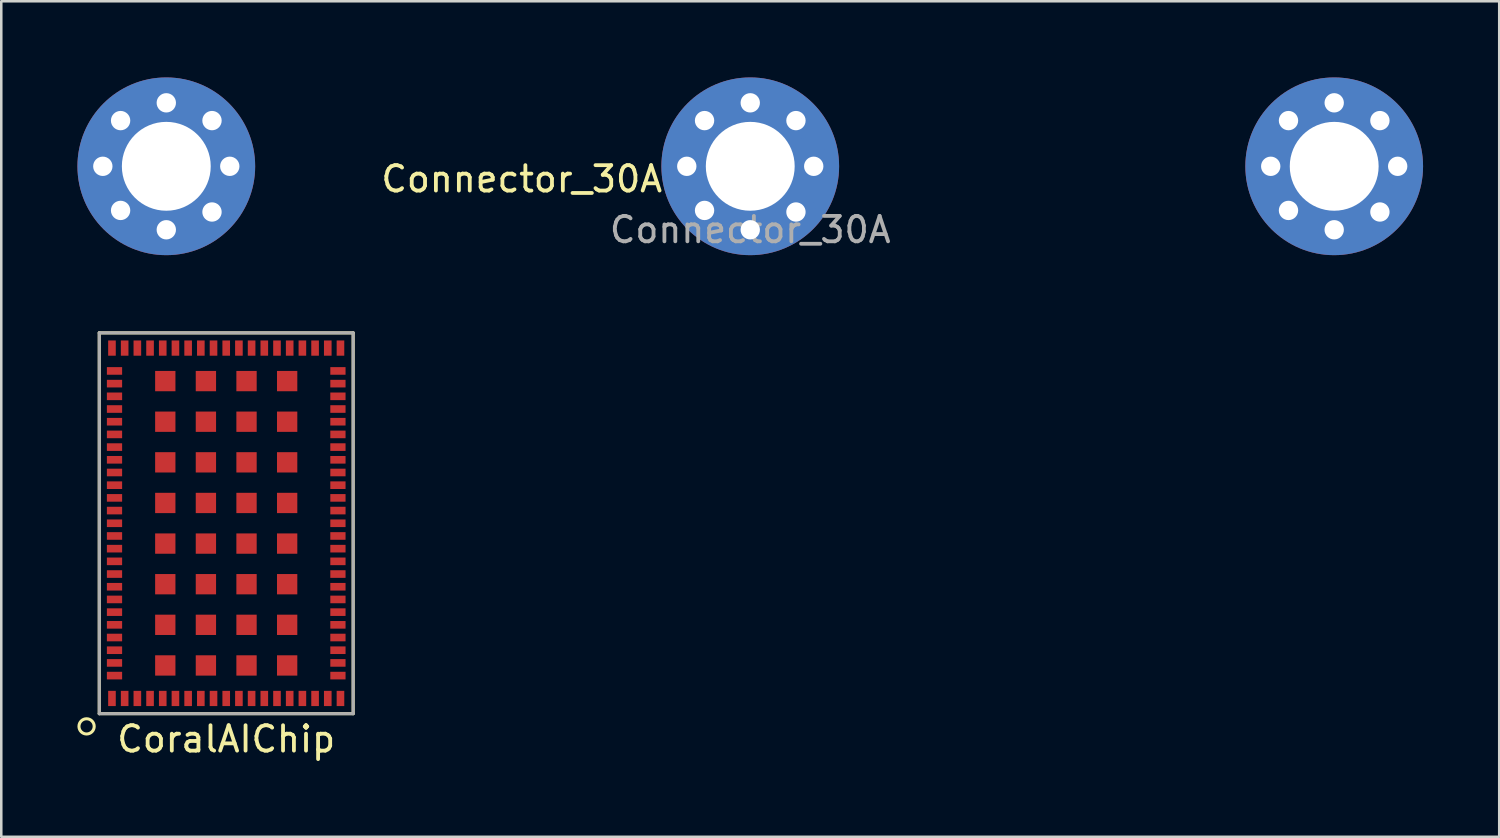
<source format=kicad_pcb>
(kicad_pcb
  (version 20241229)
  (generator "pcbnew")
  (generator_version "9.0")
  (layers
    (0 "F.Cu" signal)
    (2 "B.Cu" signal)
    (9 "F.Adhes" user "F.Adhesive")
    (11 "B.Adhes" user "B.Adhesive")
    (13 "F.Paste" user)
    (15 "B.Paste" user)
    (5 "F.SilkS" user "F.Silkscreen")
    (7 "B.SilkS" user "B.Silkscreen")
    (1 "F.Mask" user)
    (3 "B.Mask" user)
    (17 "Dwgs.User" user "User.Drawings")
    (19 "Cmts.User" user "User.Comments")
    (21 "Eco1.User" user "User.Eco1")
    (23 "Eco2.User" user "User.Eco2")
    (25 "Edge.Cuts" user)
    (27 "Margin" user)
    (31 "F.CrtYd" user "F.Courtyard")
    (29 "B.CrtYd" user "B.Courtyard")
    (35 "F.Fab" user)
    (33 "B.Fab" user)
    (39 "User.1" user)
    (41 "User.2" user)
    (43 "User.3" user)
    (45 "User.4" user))
  (footprint "CoralAIChip"
    (layer "F.Cu")
    (at 5.86 17.56)
    (property "Reference" "CoralAIChip" (at 0 8.5 0) (layer "F.SilkS") (effects (font (size 1 1) (thickness 0.15))))
    (attr through_hole)
    (fp_line (start -5 -7.5) (end 5 -7.5) (stroke (width 0.12) (type solid)) (layer "F.SilkS"))
    (fp_line (start -5 7.5) (end -5 -7.5) (stroke (width 0.12) (type solid)) (layer "F.SilkS"))
    (fp_line (start 5 -7.5) (end 5 7.5) (stroke (width 0.12) (type solid)) (layer "F.SilkS"))
    (fp_line (start 5 7.5) (end -5 7.5) (stroke (width 0.12) (type solid)) (layer "F.SilkS"))
    (fp_circle (center -5.5 8) (end -5.2 8) (stroke (width 0.12) (type solid)) (fill no) (layer "F.SilkS"))
    (fp_line (start -5 -7.5) (end 5 -7.5) (stroke (width 0.12) (type solid)) (layer "F.Fab"))
    (fp_line (start -5 7.5) (end -5 -7.5) (stroke (width 0.12) (type solid)) (layer "F.Fab"))
    (fp_line (start 5 -7.5) (end 5 7.5) (stroke (width 0.12) (type solid)) (layer "F.Fab"))
    (fp_line (start 5 7.5) (end -5 7.5) (stroke (width 0.12) (type solid)) (layer "F.Fab"))
    (pad "1" smd rect (at -4.5 6.9) (size 0.3 0.6) (layers "F.Cu" "F.Mask" "F.Paste"))
    (pad "1" smd rect (at -2.4 -5.6 270) (size 0.8 0.8) (layers "F.Cu" "F.Mask" "F.Paste"))
    (pad "1" smd rect (at -2.4 -4 270) (size 0.8 0.8) (layers "F.Cu" "F.Mask" "F.Paste"))
    (pad "1" smd rect (at -2.4 -2.4 270) (size 0.8 0.8) (layers "F.Cu" "F.Mask" "F.Paste"))
    (pad "1" smd rect (at -2.4 -0.8 270) (size 0.8 0.8) (layers "F.Cu" "F.Mask" "F.Paste"))
    (pad "1" smd rect (at -2.4 0.8 270) (size 0.8 0.8) (layers "F.Cu" "F.Mask" "F.Paste"))
    (pad "1" smd rect (at -2.4 2.4 270) (size 0.8 0.8) (layers "F.Cu" "F.Mask" "F.Paste"))
    (pad "1" smd rect (at -2.4 4 270) (size 0.8 0.8) (layers "F.Cu" "F.Mask" "F.Paste"))
    (pad "1" smd rect (at -2.4 5.6 270) (size 0.8 0.8) (layers "F.Cu" "F.Mask" "F.Paste"))
    (pad "1" smd rect (at -0.8 -5.6 270) (size 0.8 0.8) (layers "F.Cu" "F.Mask" "F.Paste"))
    (pad "1" smd rect (at -0.8 -4 270) (size 0.8 0.8) (layers "F.Cu" "F.Mask" "F.Paste"))
    (pad "1" smd rect (at -0.8 -2.4 270) (size 0.8 0.8) (layers "F.Cu" "F.Mask" "F.Paste"))
    (pad "1" smd rect (at -0.8 -0.8 270) (size 0.8 0.8) (layers "F.Cu" "F.Mask" "F.Paste"))
    (pad "1" smd rect (at -0.8 0.8 270) (size 0.8 0.8) (layers "F.Cu" "F.Mask" "F.Paste"))
    (pad "1" smd rect (at -0.8 2.4 270) (size 0.8 0.8) (layers "F.Cu" "F.Mask" "F.Paste"))
    (pad "1" smd rect (at -0.8 4 270) (size 0.8 0.8) (layers "F.Cu" "F.Mask" "F.Paste"))
    (pad "1" smd rect (at -0.8 5.6 270) (size 0.8 0.8) (layers "F.Cu" "F.Mask" "F.Paste"))
    (pad "1" smd rect (at 0.8 -5.6 270) (size 0.8 0.8) (layers "F.Cu" "F.Mask" "F.Paste"))
    (pad "1" smd rect (at 0.8 -4 270) (size 0.8 0.8) (layers "F.Cu" "F.Mask" "F.Paste"))
    (pad "1" smd rect (at 0.8 -2.4 270) (size 0.8 0.8) (layers "F.Cu" "F.Mask" "F.Paste"))
    (pad "1" smd rect (at 0.8 -0.8 270) (size 0.8 0.8) (layers "F.Cu" "F.Mask" "F.Paste"))
    (pad "1" smd rect (at 0.8 0.8 270) (size 0.8 0.8) (layers "F.Cu" "F.Mask" "F.Paste"))
    (pad "1" smd rect (at 0.8 2.4 270) (size 0.8 0.8) (layers "F.Cu" "F.Mask" "F.Paste"))
    (pad "1" smd rect (at 0.8 4 270) (size 0.8 0.8) (layers "F.Cu" "F.Mask" "F.Paste"))
    (pad "1" smd rect (at 0.8 5.6 270) (size 0.8 0.8) (layers "F.Cu" "F.Mask" "F.Paste"))
    (pad "1" smd rect (at 2.4 -5.6 270) (size 0.8 0.8) (layers "F.Cu" "F.Mask" "F.Paste"))
    (pad "1" smd rect (at 2.4 -4 270) (size 0.8 0.8) (layers "F.Cu" "F.Mask" "F.Paste"))
    (pad "1" smd rect (at 2.4 -2.4 270) (size 0.8 0.8) (layers "F.Cu" "F.Mask" "F.Paste"))
    (pad "1" smd rect (at 2.4 -0.8 270) (size 0.8 0.8) (layers "F.Cu" "F.Mask" "F.Paste"))
    (pad "1" smd rect (at 2.4 0.8 270) (size 0.8 0.8) (layers "F.Cu" "F.Mask" "F.Paste"))
    (pad "1" smd rect (at 2.4 2.4 270) (size 0.8 0.8) (layers "F.Cu" "F.Mask" "F.Paste"))
    (pad "1" smd rect (at 2.4 4 270) (size 0.8 0.8) (layers "F.Cu" "F.Mask" "F.Paste"))
    (pad "1" smd rect (at 2.4 5.6 270) (size 0.8 0.8) (layers "F.Cu" "F.Mask" "F.Paste"))
    (pad "2" smd rect (at -4 6.9) (size 0.3 0.6) (layers "F.Cu" "F.Mask" "F.Paste"))
    (pad "3" smd rect (at -3.5 6.9) (size 0.3 0.6) (layers "F.Cu" "F.Mask" "F.Paste"))
    (pad "4" smd rect (at -3 6.9) (size 0.3 0.6) (layers "F.Cu" "F.Mask" "F.Paste"))
    (pad "5" smd rect (at -2.5 6.9) (size 0.3 0.6) (layers "F.Cu" "F.Mask" "F.Paste"))
    (pad "6" smd rect (at -2 6.9) (size 0.3 0.6) (layers "F.Cu" "F.Mask" "F.Paste"))
    (pad "7" smd rect (at -1.5 6.9) (size 0.3 0.6) (layers "F.Cu" "F.Mask" "F.Paste"))
    (pad "8" smd rect (at -1 6.9) (size 0.3 0.6) (layers "F.Cu" "F.Mask" "F.Paste"))
    (pad "9" smd rect (at -0.5 6.9) (size 0.3 0.6) (layers "F.Cu" "F.Mask" "F.Paste"))
    (pad "10" smd rect (at 0 6.9) (size 0.3 0.6) (layers "F.Cu" "F.Mask" "F.Paste"))
    (pad "11" smd rect (at 0.5 6.9) (size 0.3 0.6) (layers "F.Cu" "F.Mask" "F.Paste"))
    (pad "12" smd rect (at 1 6.9) (size 0.3 0.6) (layers "F.Cu" "F.Mask" "F.Paste"))
    (pad "13" smd rect (at 1.5 6.9) (size 0.3 0.6) (layers "F.Cu" "F.Mask" "F.Paste"))
    (pad "14" smd rect (at 2 6.9) (size 0.3 0.6) (layers "F.Cu" "F.Mask" "F.Paste"))
    (pad "15" smd rect (at 2.5 6.9) (size 0.3 0.6) (layers "F.Cu" "F.Mask" "F.Paste"))
    (pad "16" smd rect (at 3 6.9) (size 0.3 0.6) (layers "F.Cu" "F.Mask" "F.Paste"))
    (pad "17" smd rect (at 3.5 6.9) (size 0.3 0.6) (layers "F.Cu" "F.Mask" "F.Paste"))
    (pad "18" smd rect (at 4 6.9) (size 0.3 0.6) (layers "F.Cu" "F.Mask" "F.Paste"))
    (pad "19" smd rect (at 4.5 6.9) (size 0.3 0.6) (layers "F.Cu" "F.Mask" "F.Paste"))
    (pad "20" smd rect (at 4.4 6 90) (size 0.3 0.6) (layers "F.Cu" "F.Mask" "F.Paste"))
    (pad "21" smd rect (at 4.4 5.5 90) (size 0.3 0.6) (layers "F.Cu" "F.Mask" "F.Paste"))
    (pad "22" smd rect (at 4.4 5 90) (size 0.3 0.6) (layers "F.Cu" "F.Mask" "F.Paste"))
    (pad "23" smd rect (at 4.4 4.5 90) (size 0.3 0.6) (layers "F.Cu" "F.Mask" "F.Paste"))
    (pad "24" smd rect (at 4.4 4 90) (size 0.3 0.6) (layers "F.Cu" "F.Mask" "F.Paste"))
    (pad "25" smd rect (at 4.4 3.5 90) (size 0.3 0.6) (layers "F.Cu" "F.Mask" "F.Paste"))
    (pad "26" smd rect (at 4.4 3 90) (size 0.3 0.6) (layers "F.Cu" "F.Mask" "F.Paste"))
    (pad "27" smd rect (at 4.4 2.5 90) (size 0.3 0.6) (layers "F.Cu" "F.Mask" "F.Paste"))
    (pad "28" smd rect (at 4.4 2 90) (size 0.3 0.6) (layers "F.Cu" "F.Mask" "F.Paste"))
    (pad "29" smd rect (at 4.4 1.5 90) (size 0.3 0.6) (layers "F.Cu" "F.Mask" "F.Paste"))
    (pad "30" smd rect (at 4.4 1 90) (size 0.3 0.6) (layers "F.Cu" "F.Mask" "F.Paste"))
    (pad "31" smd rect (at 4.4 0.5 90) (size 0.3 0.6) (layers "F.Cu" "F.Mask" "F.Paste"))
    (pad "32" smd rect (at 4.4 0 90) (size 0.3 0.6) (layers "F.Cu" "F.Mask" "F.Paste"))
    (pad "33" smd rect (at 4.4 -0.5 90) (size 0.3 0.6) (layers "F.Cu" "F.Mask" "F.Paste"))
    (pad "34" smd rect (at 4.4 -1 90) (size 0.3 0.6) (layers "F.Cu" "F.Mask" "F.Paste"))
    (pad "35" smd rect (at 4.4 -1.5 90) (size 0.3 0.6) (layers "F.Cu" "F.Mask" "F.Paste"))
    (pad "36" smd rect (at 4.4 -2 90) (size 0.3 0.6) (layers "F.Cu" "F.Mask" "F.Paste"))
    (pad "37" smd rect (at 4.4 -2.5 90) (size 0.3 0.6) (layers "F.Cu" "F.Mask" "F.Paste"))
    (pad "38" smd rect (at 4.4 -3 90) (size 0.3 0.6) (layers "F.Cu" "F.Mask" "F.Paste"))
    (pad "39" smd rect (at 4.4 -3.5 90) (size 0.3 0.6) (layers "F.Cu" "F.Mask" "F.Paste"))
    (pad "40" smd rect (at 4.4 -4 90) (size 0.3 0.6) (layers "F.Cu" "F.Mask" "F.Paste"))
    (pad "41" smd rect (at 4.4 -4.5 90) (size 0.3 0.6) (layers "F.Cu" "F.Mask" "F.Paste"))
    (pad "42" smd rect (at 4.4 -5 90) (size 0.3 0.6) (layers "F.Cu" "F.Mask" "F.Paste"))
    (pad "43" smd rect (at 4.4 -5.5 90) (size 0.3 0.6) (layers "F.Cu" "F.Mask" "F.Paste"))
    (pad "44" smd rect (at 4.4 -6 90) (size 0.3 0.6) (layers "F.Cu" "F.Mask" "F.Paste"))
    (pad "45" smd rect (at 4.5 -6.9 180) (size 0.3 0.6) (layers "F.Cu" "F.Mask" "F.Paste"))
    (pad "46" smd rect (at 4 -6.9 180) (size 0.3 0.6) (layers "F.Cu" "F.Mask" "F.Paste"))
    (pad "47" smd rect (at 3.5 -6.9 180) (size 0.3 0.6) (layers "F.Cu" "F.Mask" "F.Paste"))
    (pad "48" smd rect (at 3 -6.9 180) (size 0.3 0.6) (layers "F.Cu" "F.Mask" "F.Paste"))
    (pad "49" smd rect (at 2.5 -6.9 180) (size 0.3 0.6) (layers "F.Cu" "F.Mask" "F.Paste"))
    (pad "50" smd rect (at 2 -6.9 180) (size 0.3 0.6) (layers "F.Cu" "F.Mask" "F.Paste"))
    (pad "51" smd rect (at 1.5 -6.9 180) (size 0.3 0.6) (layers "F.Cu" "F.Mask" "F.Paste"))
    (pad "52" smd rect (at 1 -6.9 180) (size 0.3 0.6) (layers "F.Cu" "F.Mask" "F.Paste"))
    (pad "53" smd rect (at 0.5 -6.9 180) (size 0.3 0.6) (layers "F.Cu" "F.Mask" "F.Paste"))
    (pad "54" smd rect (at 0 -6.9 180) (size 0.3 0.6) (layers "F.Cu" "F.Mask" "F.Paste"))
    (pad "55" smd rect (at -0.5 -6.9 180) (size 0.3 0.6) (layers "F.Cu" "F.Mask" "F.Paste"))
    (pad "56" smd rect (at -1 -6.9 180) (size 0.3 0.6) (layers "F.Cu" "F.Mask" "F.Paste"))
    (pad "57" smd rect (at -1.5 -6.9 180) (size 0.3 0.6) (layers "F.Cu" "F.Mask" "F.Paste"))
    (pad "58" smd rect (at -2 -6.9 180) (size 0.3 0.6) (layers "F.Cu" "F.Mask" "F.Paste"))
    (pad "59" smd rect (at -2.5 -6.9 180) (size 0.3 0.6) (layers "F.Cu" "F.Mask" "F.Paste"))
    (pad "60" smd rect (at -3 -6.9 180) (size 0.3 0.6) (layers "F.Cu" "F.Mask" "F.Paste"))
    (pad "61" smd rect (at -3.5 -6.9 180) (size 0.3 0.6) (layers "F.Cu" "F.Mask" "F.Paste"))
    (pad "62" smd rect (at -4 -6.9 180) (size 0.3 0.6) (layers "F.Cu" "F.Mask" "F.Paste"))
    (pad "63" smd rect (at -4.5 -6.9 180) (size 0.3 0.6) (layers "F.Cu" "F.Mask" "F.Paste"))
    (pad "64" smd rect (at -4.4 -6 270) (size 0.3 0.6) (layers "F.Cu" "F.Mask" "F.Paste"))
    (pad "65" smd rect (at -4.4 -5.5 270) (size 0.3 0.6) (layers "F.Cu" "F.Mask" "F.Paste"))
    (pad "66" smd rect (at -4.4 -5 270) (size 0.3 0.6) (layers "F.Cu" "F.Mask" "F.Paste"))
    (pad "67" smd rect (at -4.4 -4.5 270) (size 0.3 0.6) (layers "F.Cu" "F.Mask" "F.Paste"))
    (pad "68" smd rect (at -4.4 -4 270) (size 0.3 0.6) (layers "F.Cu" "F.Mask" "F.Paste"))
    (pad "69" smd rect (at -4.4 -3.5 270) (size 0.3 0.6) (layers "F.Cu" "F.Mask" "F.Paste"))
    (pad "70" smd rect (at -4.4 -3 270) (size 0.3 0.6) (layers "F.Cu" "F.Mask" "F.Paste"))
    (pad "71" smd rect (at -4.4 -2.5 270) (size 0.3 0.6) (layers "F.Cu" "F.Mask" "F.Paste"))
    (pad "72" smd rect (at -4.4 -2 270) (size 0.3 0.6) (layers "F.Cu" "F.Mask" "F.Paste"))
    (pad "73" smd rect (at -4.4 -1.5 270) (size 0.3 0.6) (layers "F.Cu" "F.Mask" "F.Paste"))
    (pad "74" smd rect (at -4.4 -1 270) (size 0.3 0.6) (layers "F.Cu" "F.Mask" "F.Paste"))
    (pad "75" smd rect (at -4.4 -0.5 270) (size 0.3 0.6) (layers "F.Cu" "F.Mask" "F.Paste"))
    (pad "76" smd rect (at -4.4 0 270) (size 0.3 0.6) (layers "F.Cu" "F.Mask" "F.Paste"))
    (pad "77" smd rect (at -4.4 0.5 270) (size 0.3 0.6) (layers "F.Cu" "F.Mask" "F.Paste"))
    (pad "78" smd rect (at -4.4 1 270) (size 0.3 0.6) (layers "F.Cu" "F.Mask" "F.Paste"))
    (pad "79" smd rect (at -4.4 1.5 270) (size 0.3 0.6) (layers "F.Cu" "F.Mask" "F.Paste"))
    (pad "80" smd rect (at -4.4 2 270) (size 0.3 0.6) (layers "F.Cu" "F.Mask" "F.Paste"))
    (pad "81" smd rect (at -4.4 2.5 270) (size 0.3 0.6) (layers "F.Cu" "F.Mask" "F.Paste"))
    (pad "82" smd rect (at -4.4 3 270) (size 0.3 0.6) (layers "F.Cu" "F.Mask" "F.Paste"))
    (pad "83" smd rect (at -4.4 3.5 270) (size 0.3 0.6) (layers "F.Cu" "F.Mask" "F.Paste"))
    (pad "84" smd rect (at -4.4 4 270) (size 0.3 0.6) (layers "F.Cu" "F.Mask" "F.Paste"))
    (pad "85" smd rect (at -4.4 4.5 270) (size 0.3 0.6) (layers "F.Cu" "F.Mask" "F.Paste"))
    (pad "86" smd rect (at -4.4 5 270) (size 0.3 0.6) (layers "F.Cu" "F.Mask" "F.Paste"))
    (pad "87" smd rect (at -4.4 5.5 270) (size 0.3 0.6) (layers "F.Cu" "F.Mask" "F.Paste"))
    (pad "88" smd rect (at -4.4 6 270) (size 0.3 0.6) (layers "F.Cu" "F.Mask" "F.Paste")))
  (footprint "Connector_30A"
    (layer "F.Cu")
    (at 26.5 3.5)
    (property "Reference" "Connector_30A" (at -9 0.5 0) (unlocked yes) (layer "F.SilkS") (effects (font (size 1 1) (thickness 0.15))))
    (fp_text user "${REFERENCE}" (at 0 2.5 0) (unlocked yes) (layer "F.Fab") (effects (font (size 1 1) (thickness 0.15))))
    (pad "1" thru_hole circle (at -25.5 0) (size 1.524 1.524) (drill 0.762) (layers "*.Cu" "*.Mask"))
    (pad "1" thru_hole circle (at -24.8 -1.8) (size 1.524 1.524) (drill 0.762) (layers "*.Cu" "*.Mask"))
    (pad "1" thru_hole circle (at -24.8 1.738) (size 1.524 1.524) (drill 0.762) (layers "*.Cu" "*.Mask"))
    (pad "1" thru_hole circle (at -23 -2.5) (size 1.524 1.524) (drill 0.762) (layers "*.Cu" "*.Mask"))
    (pad "1" thru_hole circle (at -23 0) (size 7 7) (drill 3.5) (layers "*.Cu" "*.Mask"))
    (pad "1" thru_hole circle (at -23 2.5) (size 1.524 1.524) (drill 0.762) (layers "*.Cu" "*.Mask"))
    (pad "1" thru_hole circle (at -21.2 -1.8) (size 1.524 1.524) (drill 0.762) (layers "*.Cu" "*.Mask"))
    (pad "1" thru_hole circle (at -21.2 1.8) (size 1.524 1.524) (drill 0.762) (layers "*.Cu" "*.Mask"))
    (pad "1" thru_hole circle (at -20.5 0) (size 1.524 1.524) (drill 0.762) (layers "*.Cu" "*.Mask"))
    (pad "2" thru_hole circle (at -2.5 0) (size 1.524 1.524) (drill 0.762) (layers "*.Cu" "*.Mask"))
    (pad "2" thru_hole circle (at -1.8 -1.8) (size 1.524 1.524) (drill 0.762) (layers "*.Cu" "*.Mask"))
    (pad "2" thru_hole circle (at -1.8 1.738) (size 1.524 1.524) (drill 0.762) (layers "*.Cu" "*.Mask"))
    (pad "2" thru_hole circle (at 0 -2.5) (size 1.524 1.524) (drill 0.762) (layers "*.Cu" "*.Mask"))
    (pad "2" thru_hole circle (at 0 0) (size 7 7) (drill 3.5) (layers "*.Cu" "*.Mask"))
    (pad "2" thru_hole circle (at 0 2.5) (size 1.524 1.524) (drill 0.762) (layers "*.Cu" "*.Mask"))
    (pad "2" thru_hole circle (at 1.8 -1.8) (size 1.524 1.524) (drill 0.762) (layers "*.Cu" "*.Mask"))
    (pad "2" thru_hole circle (at 1.8 1.8) (size 1.524 1.524) (drill 0.762) (layers "*.Cu" "*.Mask"))
    (pad "2" thru_hole circle (at 2.5 0) (size 1.524 1.524) (drill 0.762) (layers "*.Cu" "*.Mask"))
    (pad "3" thru_hole circle (at 20.5 0) (size 1.524 1.524) (drill 0.762) (layers "*.Cu" "*.Mask"))
    (pad "3" thru_hole circle (at 21.2 -1.8) (size 1.524 1.524) (drill 0.762) (layers "*.Cu" "*.Mask"))
    (pad "3" thru_hole circle (at 21.2 1.738) (size 1.524 1.524) (drill 0.762) (layers "*.Cu" "*.Mask"))
    (pad "3" thru_hole circle (at 23 -2.5) (size 1.524 1.524) (drill 0.762) (layers "*.Cu" "*.Mask"))
    (pad "3" thru_hole circle (at 23 0) (size 7 7) (drill 3.5) (layers "*.Cu" "*.Mask"))
    (pad "3" thru_hole circle (at 23 2.5) (size 1.524 1.524) (drill 0.762) (layers "*.Cu" "*.Mask"))
    (pad "3" thru_hole circle (at 24.8 -1.8) (size 1.524 1.524) (drill 0.762) (layers "*.Cu" "*.Mask"))
    (pad "3" thru_hole circle (at 24.8 1.8) (size 1.524 1.524) (drill 0.762) (layers "*.Cu" "*.Mask"))
    (pad "3" thru_hole circle (at 25.5 0) (size 1.524 1.524) (drill 0.762) (layers "*.Cu" "*.Mask")))
  (gr_rect
    (start -3 -3)
    (end 56 29.908)
    (stroke (width 0.1) (type default))
    (fill no)
    (layer "Edge.Cuts")))
</source>
